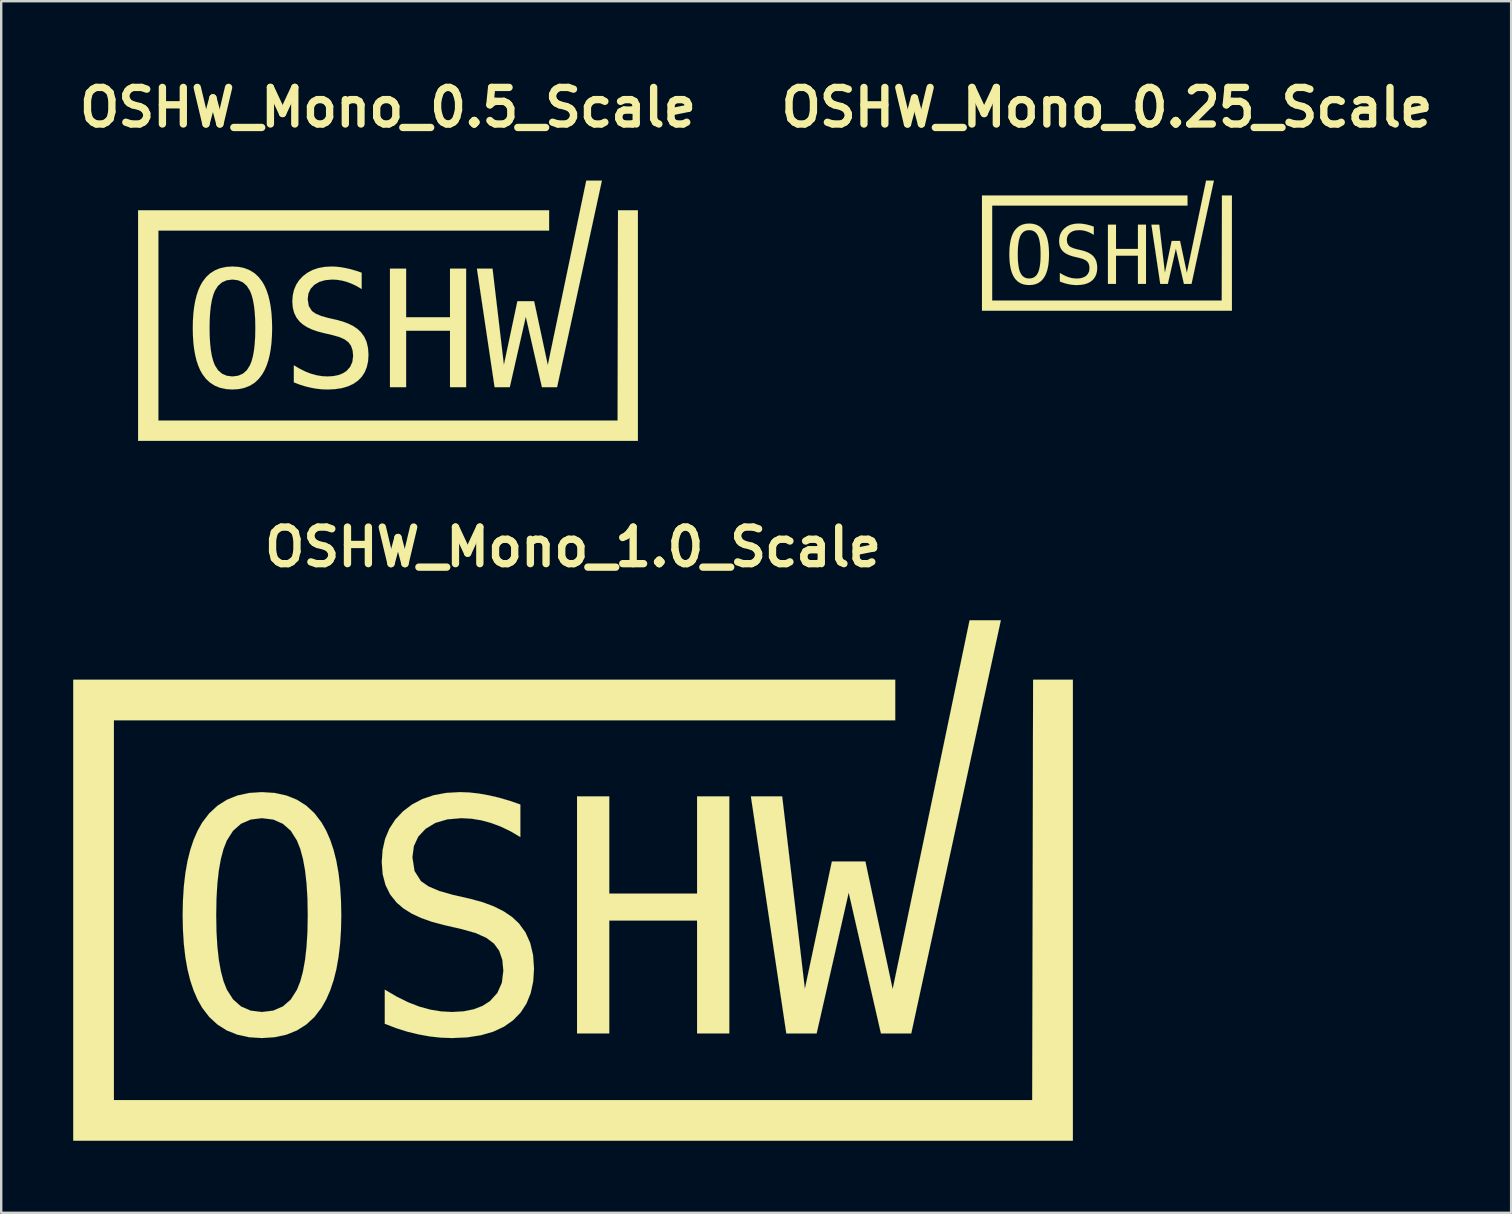
<source format=kicad_pcb>
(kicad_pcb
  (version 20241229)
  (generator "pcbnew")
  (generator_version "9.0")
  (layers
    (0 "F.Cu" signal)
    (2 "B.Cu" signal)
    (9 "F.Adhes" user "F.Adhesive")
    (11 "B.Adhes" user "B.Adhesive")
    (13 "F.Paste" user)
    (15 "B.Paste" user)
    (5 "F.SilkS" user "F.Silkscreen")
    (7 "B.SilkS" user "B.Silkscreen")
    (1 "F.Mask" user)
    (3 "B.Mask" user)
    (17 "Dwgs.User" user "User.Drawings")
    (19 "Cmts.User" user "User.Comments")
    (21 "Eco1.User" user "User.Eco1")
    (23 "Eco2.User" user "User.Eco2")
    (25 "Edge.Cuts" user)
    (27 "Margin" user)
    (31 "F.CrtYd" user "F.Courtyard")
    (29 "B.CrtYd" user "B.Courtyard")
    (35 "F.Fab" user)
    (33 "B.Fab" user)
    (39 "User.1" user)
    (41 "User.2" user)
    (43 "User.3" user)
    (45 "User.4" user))
  (footprint "OSHW_Mono_0.5_Scale"
    (layer "F.Cu")
    (at 13.114 9.895)
    (property "Reference" "OSHW_Mono_0.5_Scale" (at 0 -8.469 0) (layer "F.SilkS") (effects (font (size 1.524 1.524) (thickness 0.305))))
    (attr through_hole)
    (fp_poly (pts (xy 0.083 -1.752) (xy 0.755 -1.752) (xy 0.755 0.272) (xy 2.584 0.272) (xy 2.584 -1.752) (xy 3.255 -1.752) (xy 3.255 3.186) (xy 2.584 3.186) (xy 2.584 0.834) (xy 0.755 0.834) (xy 0.755 3.186) (xy 0.083 3.186) (xy 0.083 -1.752)) (stroke (width 0.003) (type solid)) (fill yes) (layer "F.SilkS"))
    (fp_poly (pts (xy 3.705 -1.752) (xy 4.356 -1.752) (xy 4.829 2.257) (xy 5.391 -0.396) (xy 6.089 -0.396) (xy 6.658 2.263) (xy 8.26 -5.421) (xy 8.912 -5.421) (xy 7.045 3.186) (xy 6.413 3.186) (xy 5.742 0.252) (xy 5.074 3.186) (xy 4.442 3.186) (xy 3.705 -1.752)) (stroke (width 0.003) (type solid)) (fill yes) (layer "F.SilkS"))
    (fp_poly (pts (xy -10.411 -4.184) (xy -10.411 -3.76) (xy -10.411 4.997) (xy -10.411 5.421) (xy -9.988 5.421) (xy 9.988 5.421) (xy 10.411 5.421) (xy 10.411 4.997) (xy 10.411 -4.184) (xy 9.583 -4.184) (xy 9.565 4.574) (xy -9.565 4.574) (xy -9.565 -3.337) (xy 6.712 -3.337) (xy 6.712 -4.184) (xy -9.988 -4.184) (xy -10.411 -4.184)) (stroke (width 0.003) (type solid)) (fill yes) (layer "F.SilkS"))
    (fp_poly (pts (xy -1.097 -1.583) (xy -1.097 -0.905) (xy -1.301 -1.025) (xy -1.505 -1.123) (xy -1.709 -1.2) (xy -1.913 -1.255) (xy -2.118 -1.288) (xy -2.324 -1.299) (xy -2.618 -1.274) (xy -2.867 -1.2) (xy -3.072 -1.077) (xy -3.224 -0.914) (xy -3.316 -0.717) (xy -3.346 -0.485) (xy -3.302 -0.197) (xy -3.168 0.014) (xy -3.012 0.123) (xy -2.787 0.219) (xy -2.493 0.302) (xy -2.143 0.381) (xy -1.88 0.454) (xy -1.647 0.541) (xy -1.445 0.642) (xy -1.273 0.759) (xy -1.131 0.891) (xy -0.992 1.08) (xy -0.892 1.301) (xy -0.833 1.553) (xy -0.813 1.837) (xy -0.83 2.105) (xy -0.883 2.347) (xy -0.97 2.562) (xy -1.092 2.75) (xy -1.25 2.911) (xy -1.44 3.045) (xy -1.662 3.148) (xy -1.916 3.223) (xy -2.202 3.267) (xy -2.52 3.282) (xy -2.751 3.273) (xy -2.984 3.248) (xy -3.217 3.206) (xy -3.452 3.149) (xy -3.686 3.075) (xy -3.922 2.984) (xy -3.922 2.273) (xy -3.673 2.42) (xy -3.434 2.538) (xy -3.204 2.627) (xy -2.977 2.689) (xy -2.749 2.727) (xy -2.52 2.739) (xy -2.281 2.725) (xy -2.07 2.683) (xy -1.887 2.613) (xy -1.732 2.515) (xy -1.576 2.343) (xy -1.483 2.131) (xy -1.451 1.88) (xy -1.473 1.652) (xy -1.538 1.464) (xy -1.646 1.314) (xy -1.806 1.194) (xy -2.03 1.094) (xy -2.318 1.013) (xy -2.675 0.93) (xy -2.935 0.862) (xy -3.165 0.781) (xy -3.365 0.687) (xy -3.534 0.58) (xy -3.674 0.461) (xy -3.81 0.29) (xy -3.907 0.093) (xy -3.965 -0.131) (xy -3.985 -0.383) (xy -3.967 -0.637) (xy -3.914 -0.869) (xy -3.825 -1.081) (xy -3.701 -1.272) (xy -3.542 -1.441) (xy -3.351 -1.585) (xy -3.138 -1.697) (xy -2.901 -1.777) (xy -2.641 -1.825) (xy -2.358 -1.841) (xy -2.165 -1.834) (xy -1.965 -1.812) (xy -1.759 -1.775) (xy -1.546 -1.726) (xy -1.325 -1.662) (xy -1.097 -1.583)) (stroke (width 0.003) (type solid)) (fill yes) (layer "F.SilkS"))
    (fp_poly (pts (xy -5.526 0.722) (xy -4.828 0.722) (xy -4.834 1.034) (xy -4.854 1.326) (xy -4.886 1.597) (xy -4.931 1.848) (xy -4.988 2.078) (xy -5.059 2.288) (xy -5.142 2.478) (xy -5.238 2.647) (xy -5.386 2.841) (xy -5.557 3) (xy -5.752 3.123) (xy -5.972 3.211) (xy -6.215 3.264) (xy -6.482 3.282) (xy -6.749 3.264) (xy -6.992 3.212) (xy -7.211 3.124) (xy -7.406 3.001) (xy -7.578 2.843) (xy -7.725 2.65) (xy -7.821 2.482) (xy -7.903 2.293) (xy -7.973 2.083) (xy -8.03 1.852) (xy -8.075 1.601) (xy -8.107 1.329) (xy -8.126 1.036) (xy -8.132 0.722) (xy -8.126 0.409) (xy -8.107 0.117) (xy -8.075 -0.155) (xy -8.03 -0.407) (xy -7.973 -0.637) (xy -7.903 -0.848) (xy -7.821 -1.037) (xy -7.725 -1.206) (xy -7.577 -1.4) (xy -7.405 -1.559) (xy -7.209 -1.682) (xy -6.99 -1.771) (xy -6.748 -1.824) (xy -6.482 -1.841) (xy -6.215 -1.824) (xy -5.972 -1.771) (xy -5.752 -1.682) (xy -5.557 -1.559) (xy -5.386 -1.4) (xy -5.238 -1.206) (xy -5.142 -1.037) (xy -5.059 -0.848) (xy -4.988 -0.637) (xy -4.931 -0.407) (xy -4.886 -0.155) (xy -4.854 0.117) (xy -4.834 0.409) (xy -4.828 0.722) (xy -5.526 0.722) (xy -5.532 0.377) (xy -5.551 0.066) (xy -5.582 -0.211) (xy -5.626 -0.452) (xy -5.682 -0.66) (xy -5.751 -0.832) (xy -5.88 -1.036) (xy -6.044 -1.182) (xy -6.245 -1.27) (xy -6.482 -1.299) (xy -6.717 -1.27) (xy -6.917 -1.182) (xy -7.083 -1.036) (xy -7.213 -0.832) (xy -7.28 -0.66) (xy -7.336 -0.452) (xy -7.379 -0.211) (xy -7.41 0.066) (xy -7.428 0.377) (xy -7.434 0.722) (xy -7.428 1.066) (xy -7.41 1.376) (xy -7.379 1.652) (xy -7.336 1.894) (xy -7.28 2.1) (xy -7.213 2.273) (xy -7.083 2.477) (xy -6.917 2.623) (xy -6.717 2.71) (xy -6.482 2.739) (xy -6.245 2.71) (xy -6.044 2.624) (xy -5.88 2.479) (xy -5.751 2.276) (xy -5.682 2.104) (xy -5.626 1.896) (xy -5.582 1.655) (xy -5.551 1.378) (xy -5.532 1.067) (xy -5.526 0.722)) (stroke (width 0.003) (type solid)) (fill yes) (layer "F.SilkS")))
  (footprint "OSHW_Mono_0.25_Scale"
    (layer "F.Cu")
    (at 43.067 7.185)
    (property "Reference" "OSHW_Mono_0.25_Scale" (at 0 -5.758 0) (layer "F.SilkS") (effects (font (size 1.524 1.524) (thickness 0.305))))
    (attr through_hole)
    (fp_poly (pts (xy 0.042 -0.876) (xy 0.377 -0.876) (xy 0.377 0.136) (xy 1.292 0.136) (xy 1.292 -0.876) (xy 1.627 -0.876) (xy 1.627 1.593) (xy 1.292 1.593) (xy 1.292 0.417) (xy 0.377 0.417) (xy 0.377 1.593) (xy 0.042 1.593) (xy 0.042 -0.876)) (stroke (width 0.003) (type solid)) (fill yes) (layer "F.SilkS"))
    (fp_poly (pts (xy 1.852 -0.876) (xy 2.178 -0.876) (xy 2.415 1.128) (xy 2.696 -0.198) (xy 3.045 -0.198) (xy 3.329 1.132) (xy 4.13 -2.71) (xy 4.456 -2.71) (xy 3.523 1.593) (xy 3.207 1.593) (xy 2.871 0.126) (xy 2.537 1.593) (xy 2.221 1.593) (xy 1.852 -0.876)) (stroke (width 0.003) (type solid)) (fill yes) (layer "F.SilkS"))
    (fp_poly (pts (xy -5.206 -2.092) (xy -5.206 -1.88) (xy -5.206 2.499) (xy -5.206 2.71) (xy -4.994 2.71) (xy 4.994 2.71) (xy 5.206 2.71) (xy 5.206 2.499) (xy 5.206 -2.092) (xy 4.791 -2.092) (xy 4.782 2.287) (xy -4.782 2.287) (xy -4.782 -1.668) (xy 3.356 -1.668) (xy 3.356 -2.092) (xy -4.994 -2.092) (xy -5.206 -2.092)) (stroke (width 0.003) (type solid)) (fill yes) (layer "F.SilkS"))
    (fp_poly (pts (xy -0.549 -0.792) (xy -0.549 -0.453) (xy -0.65 -0.512) (xy -0.752 -0.561) (xy -0.855 -0.6) (xy -0.956 -0.627) (xy -1.059 -0.644) (xy -1.162 -0.649) (xy -1.309 -0.637) (xy -1.433 -0.6) (xy -1.536 -0.539) (xy -1.612 -0.457) (xy -1.658 -0.359) (xy -1.673 -0.243) (xy -1.651 -0.098) (xy -1.584 0.007) (xy -1.506 0.061) (xy -1.394 0.109) (xy -1.247 0.151) (xy -1.071 0.191) (xy -0.94 0.227) (xy -0.824 0.27) (xy -0.722 0.321) (xy -0.636 0.38) (xy -0.565 0.445) (xy -0.496 0.54) (xy -0.446 0.65) (xy -0.416 0.776) (xy -0.407 0.918) (xy -0.415 1.052) (xy -0.441 1.173) (xy -0.485 1.281) (xy -0.546 1.375) (xy -0.625 1.456) (xy -0.72 1.522) (xy -0.831 1.574) (xy -0.958 1.611) (xy -1.101 1.634) (xy -1.26 1.641) (xy -1.376 1.637) (xy -1.492 1.624) (xy -1.609 1.603) (xy -1.726 1.574) (xy -1.843 1.537) (xy -1.961 1.492) (xy -1.961 1.137) (xy -1.837 1.21) (xy -1.717 1.269) (xy -1.602 1.313) (xy -1.488 1.345) (xy -1.374 1.363) (xy -1.26 1.37) (xy -1.14 1.363) (xy -1.035 1.342) (xy -0.944 1.306) (xy -0.866 1.257) (xy -0.788 1.171) (xy -0.741 1.065) (xy -0.726 0.94) (xy -0.737 0.826) (xy -0.769 0.732) (xy -0.823 0.657) (xy -0.903 0.597) (xy -1.015 0.547) (xy -1.159 0.507) (xy -1.338 0.465) (xy -1.468 0.431) (xy -1.583 0.39) (xy -1.682 0.343) (xy -1.767 0.29) (xy -1.837 0.23) (xy -1.905 0.145) (xy -1.954 0.046) (xy -1.983 -0.066) (xy -1.992 -0.191) (xy -1.983 -0.318) (xy -1.957 -0.435) (xy -1.913 -0.541) (xy -1.851 -0.636) (xy -1.771 -0.72) (xy -1.676 -0.793) (xy -1.569 -0.849) (xy -1.45 -0.889) (xy -1.32 -0.913) (xy -1.179 -0.921) (xy -1.082 -0.917) (xy -0.983 -0.906) (xy -0.879 -0.888) (xy -0.773 -0.863) (xy -0.663 -0.831) (xy -0.549 -0.792)) (stroke (width 0.003) (type solid)) (fill yes) (layer "F.SilkS"))
    (fp_poly (pts (xy -2.763 0.361) (xy -2.414 0.361) (xy -2.417 0.517) (xy -2.427 0.663) (xy -2.443 0.799) (xy -2.465 0.924) (xy -2.494 1.039) (xy -2.529 1.144) (xy -2.571 1.239) (xy -2.619 1.323) (xy -2.693 1.42) (xy -2.779 1.5) (xy -2.876 1.562) (xy -2.986 1.606) (xy -3.107 1.632) (xy -3.241 1.641) (xy -3.374 1.632) (xy -3.496 1.606) (xy -3.605 1.562) (xy -3.703 1.501) (xy -3.789 1.422) (xy -3.863 1.325) (xy -3.91 1.241) (xy -3.952 1.146) (xy -3.987 1.041) (xy -4.015 0.926) (xy -4.037 0.8) (xy -4.053 0.664) (xy -4.063 0.518) (xy -4.066 0.361) (xy -4.063 0.204) (xy -4.053 0.058) (xy -4.037 -0.078) (xy -4.015 -0.203) (xy -3.987 -0.319) (xy -3.952 -0.424) (xy -3.91 -0.519) (xy -3.863 -0.603) (xy -3.788 -0.7) (xy -3.702 -0.779) (xy -3.605 -0.841) (xy -3.495 -0.885) (xy -3.374 -0.912) (xy -3.241 -0.921) (xy -3.107 -0.912) (xy -2.986 -0.885) (xy -2.876 -0.841) (xy -2.779 -0.779) (xy -2.693 -0.7) (xy -2.619 -0.603) (xy -2.571 -0.519) (xy -2.529 -0.424) (xy -2.494 -0.319) (xy -2.465 -0.203) (xy -2.443 -0.078) (xy -2.427 0.058) (xy -2.417 0.204) (xy -2.414 0.361) (xy -2.763 0.361) (xy -2.766 0.188) (xy -2.775 0.033) (xy -2.791 -0.105) (xy -2.813 -0.226) (xy -2.841 -0.33) (xy -2.875 -0.416) (xy -2.94 -0.518) (xy -3.022 -0.591) (xy -3.123 -0.635) (xy -3.241 -0.649) (xy -3.359 -0.635) (xy -3.459 -0.591) (xy -3.541 -0.518) (xy -3.606 -0.416) (xy -3.64 -0.33) (xy -3.668 -0.226) (xy -3.689 -0.105) (xy -3.705 0.033) (xy -3.714 0.188) (xy -3.717 0.361) (xy -3.714 0.533) (xy -3.705 0.688) (xy -3.689 0.826) (xy -3.668 0.947) (xy -3.64 1.05) (xy -3.606 1.137) (xy -3.541 1.239) (xy -3.459 1.311) (xy -3.359 1.355) (xy -3.241 1.37) (xy -3.123 1.355) (xy -3.022 1.312) (xy -2.94 1.239) (xy -2.875 1.138) (xy -2.841 1.052) (xy -2.813 0.948) (xy -2.791 0.827) (xy -2.775 0.689) (xy -2.766 0.534) (xy -2.763 0.361)) (stroke (width 0.003) (type solid)) (fill yes) (layer "F.SilkS")))
  (footprint "OSHW_Mono_1.0_Scale"
    (layer "F.Cu")
    (at 20.824 33.633)
    (property "Reference" "OSHW_Mono_1.0_Scale" (at 0 -13.89 0) (layer "F.SilkS") (effects (font (size 1.524 1.524) (thickness 0.305))))
    (attr through_hole)
    (fp_poly (pts (xy 0.166 -3.504) (xy 1.509 -3.504) (xy 1.509 0.544) (xy 5.167 0.544) (xy 5.167 -3.504) (xy 6.51 -3.504) (xy 6.51 6.372) (xy 5.167 6.372) (xy 5.167 1.669) (xy 1.509 1.669) (xy 1.509 6.372) (xy 0.166 6.372) (xy 0.166 -3.504)) (stroke (width 0.003) (type solid)) (fill yes) (layer "F.SilkS"))
    (fp_poly (pts (xy 7.409 -3.504) (xy 8.713 -3.504) (xy 9.658 4.513) (xy 10.783 -0.792) (xy 12.179 -0.792) (xy 13.316 4.526) (xy 16.52 -10.842) (xy 17.823 -10.842) (xy 14.09 6.372) (xy 12.827 6.372) (xy 11.484 0.505) (xy 10.148 6.372) (xy 8.885 6.372) (xy 7.409 -3.504)) (stroke (width 0.003) (type solid)) (fill yes) (layer "F.SilkS"))
    (fp_poly (pts (xy -20.823 -8.367) (xy -20.823 -7.521) (xy -20.823 9.995) (xy -20.823 10.842) (xy -19.976 10.842) (xy 19.976 10.842) (xy 20.823 10.842) (xy 20.823 9.995) (xy 20.823 -8.367) (xy 19.166 -8.367) (xy 19.129 9.148) (xy -19.129 9.148) (xy -19.129 -6.674) (xy 13.423 -6.674) (xy 13.423 -8.367) (xy -19.976 -8.367) (xy -20.823 -8.367)) (stroke (width 0.003) (type solid)) (fill yes) (layer "F.SilkS"))
    (fp_poly (pts (xy -2.195 -3.166) (xy -2.195 -1.81) (xy -2.601 -2.049) (xy -3.009 -2.245) (xy -3.419 -2.399) (xy -3.826 -2.509) (xy -4.236 -2.575) (xy -4.649 -2.598) (xy -5.235 -2.548) (xy -5.734 -2.401) (xy -6.144 -2.154) (xy -6.449 -1.829) (xy -6.632 -1.434) (xy -6.693 -0.97) (xy -6.604 -0.393) (xy -6.336 0.028) (xy -6.024 0.245) (xy -5.574 0.437) (xy -4.986 0.604) (xy -4.285 0.763) (xy -3.76 0.907) (xy -3.295 1.081) (xy -2.89 1.285) (xy -2.545 1.518) (xy -2.261 1.781) (xy -1.983 2.16) (xy -1.785 2.602) (xy -1.666 3.106) (xy -1.626 3.673) (xy -1.661 4.21) (xy -1.766 4.693) (xy -1.94 5.123) (xy -2.185 5.5) (xy -2.499 5.823) (xy -2.88 6.09) (xy -3.325 6.297) (xy -3.833 6.445) (xy -4.404 6.534) (xy -5.039 6.564) (xy -5.503 6.547) (xy -5.968 6.496) (xy -6.435 6.412) (xy -6.903 6.298) (xy -7.373 6.15) (xy -7.844 5.968) (xy -7.844 4.546) (xy -7.346 4.839) (xy -6.868 5.075) (xy -6.408 5.254) (xy -5.953 5.379) (xy -5.497 5.454) (xy -5.039 5.479) (xy -4.561 5.451) (xy -4.14 5.366) (xy -3.774 5.226) (xy -3.465 5.029) (xy -3.153 4.685) (xy -2.965 4.262) (xy -2.903 3.759) (xy -2.946 3.304) (xy -3.076 2.927) (xy -3.293 2.628) (xy -3.613 2.388) (xy -4.06 2.187) (xy -4.636 2.026) (xy -5.35 1.861) (xy -5.87 1.724) (xy -6.33 1.561) (xy -6.73 1.373) (xy -7.069 1.16) (xy -7.348 0.921) (xy -7.62 0.58) (xy -7.814 0.186) (xy -7.931 -0.263) (xy -7.969 -0.765) (xy -7.934 -1.273) (xy -7.828 -1.739) (xy -7.65 -2.162) (xy -7.402 -2.543) (xy -7.083 -2.882) (xy -6.703 -3.17) (xy -6.276 -3.394) (xy -5.802 -3.554) (xy -5.282 -3.65) (xy -4.715 -3.682) (xy -4.329 -3.668) (xy -3.93 -3.624) (xy -3.518 -3.55) (xy -3.092 -3.452) (xy -2.651 -3.324) (xy -2.195 -3.166)) (stroke (width 0.003) (type solid)) (fill yes) (layer "F.SilkS"))
    (fp_poly (pts (xy -11.052 1.444) (xy -9.656 1.444) (xy -9.669 2.068) (xy -9.707 2.652) (xy -9.772 3.195) (xy -9.861 3.696) (xy -9.977 4.157) (xy -10.118 4.577) (xy -10.284 4.956) (xy -10.476 5.294) (xy -10.771 5.682) (xy -11.114 5.999) (xy -11.505 6.246) (xy -11.943 6.423) (xy -12.43 6.528) (xy -12.963 6.564) (xy -13.497 6.529) (xy -13.984 6.423) (xy -14.422 6.248) (xy -14.813 6.002) (xy -15.155 5.686) (xy -15.451 5.3) (xy -15.641 4.964) (xy -15.806 4.585) (xy -15.946 4.166) (xy -16.061 3.705) (xy -16.15 3.202) (xy -16.213 2.657) (xy -16.251 2.071) (xy -16.264 1.444) (xy -16.251 0.818) (xy -16.213 0.233) (xy -16.15 -0.311) (xy -16.061 -0.813) (xy -15.946 -1.275) (xy -15.806 -1.695) (xy -15.641 -2.074) (xy -15.451 -2.412) (xy -15.154 -2.8) (xy -14.81 -3.118) (xy -14.419 -3.365) (xy -13.981 -3.541) (xy -13.496 -3.647) (xy -12.963 -3.682) (xy -12.43 -3.647) (xy -11.943 -3.541) (xy -11.505 -3.365) (xy -11.114 -3.118) (xy -10.771 -2.8) (xy -10.476 -2.412) (xy -10.284 -2.074) (xy -10.118 -1.695) (xy -9.977 -1.275) (xy -9.861 -0.813) (xy -9.772 -0.311) (xy -9.707 0.233) (xy -9.669 0.818) (xy -9.656 1.444) (xy -11.052 1.444) (xy -11.064 0.753) (xy -11.102 0.131) (xy -11.164 -0.421) (xy -11.252 -0.905) (xy -11.364 -1.319) (xy -11.502 -1.665) (xy -11.759 -2.073) (xy -12.089 -2.364) (xy -12.49 -2.539) (xy -12.963 -2.598) (xy -13.434 -2.539) (xy -13.835 -2.364) (xy -14.165 -2.073) (xy -14.425 -1.665) (xy -14.561 -1.319) (xy -14.671 -0.905) (xy -14.758 -0.421) (xy -14.819 0.131) (xy -14.856 0.753) (xy -14.868 1.444) (xy -14.856 2.133) (xy -14.819 2.753) (xy -14.758 3.304) (xy -14.671 3.787) (xy -14.561 4.201) (xy -14.425 4.546) (xy -14.165 4.954) (xy -13.835 5.246) (xy -13.434 5.421) (xy -12.963 5.479) (xy -12.49 5.421) (xy -12.089 5.247) (xy -11.759 4.958) (xy -11.502 4.553) (xy -11.364 4.207) (xy -11.252 3.793) (xy -11.164 3.309) (xy -11.102 2.757) (xy -11.064 2.135) (xy -11.052 1.444)) (stroke (width 0.003) (type solid)) (fill yes) (layer "F.SilkS")))
  (gr_rect
    (start -3 -3)
    (end 59.906 47.476)
    (stroke (width 0.1) (type default))
    (fill no)
    (layer "Edge.Cuts")))
</source>
